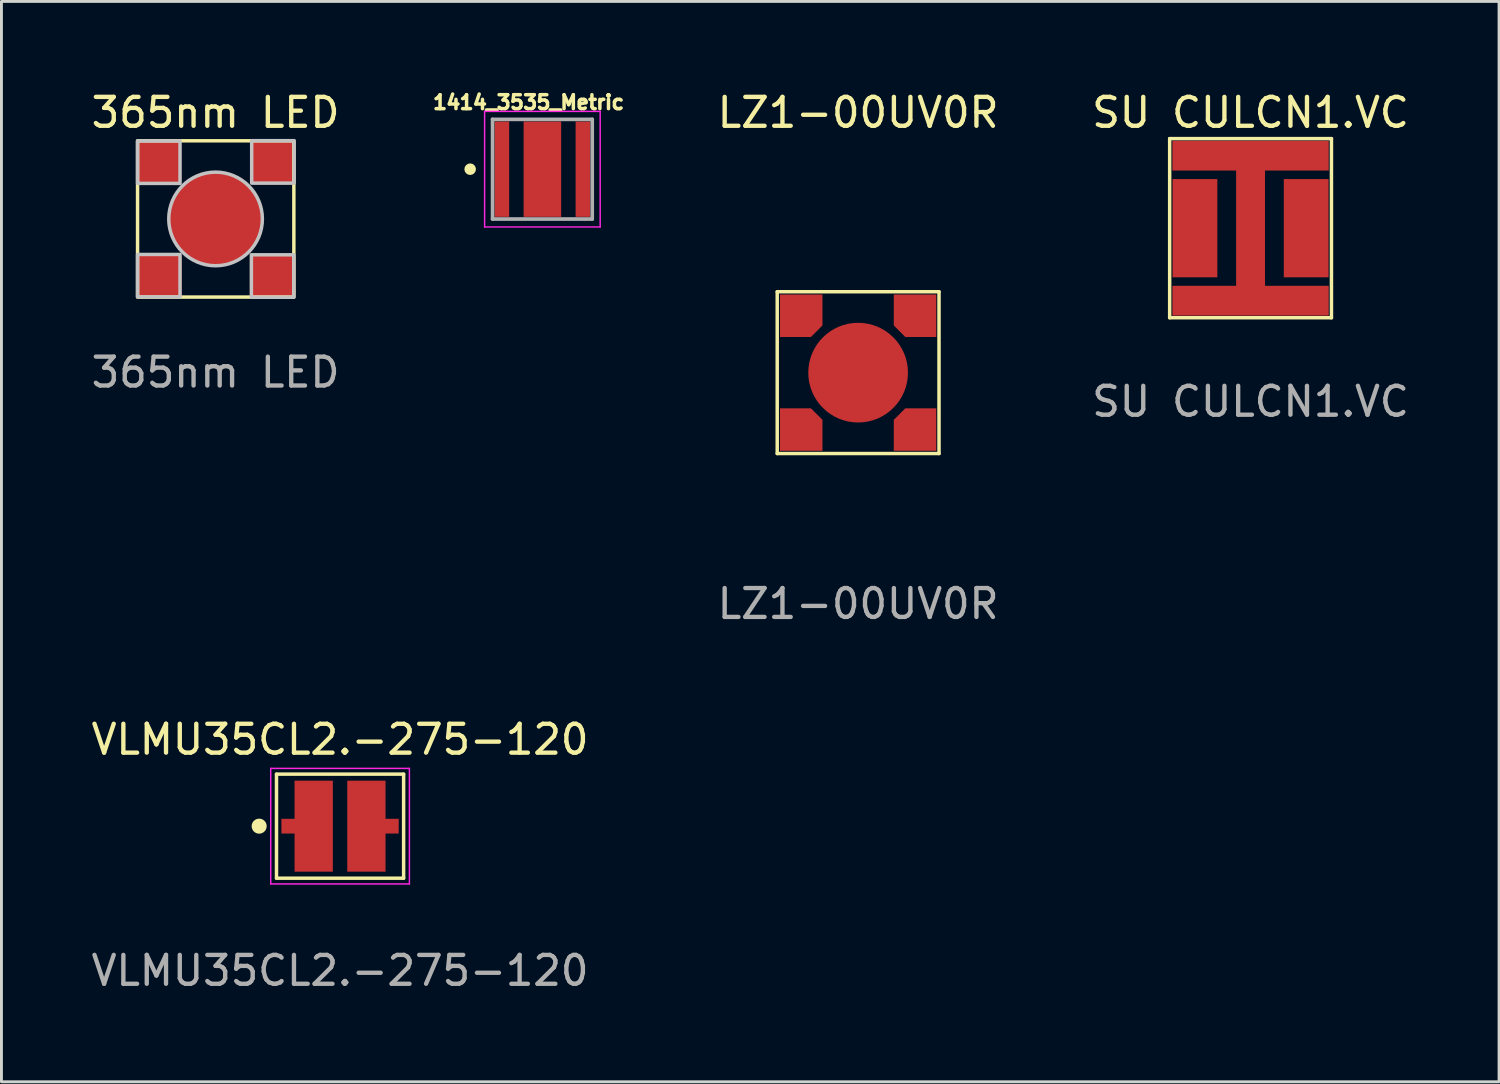
<source format=kicad_pcb>
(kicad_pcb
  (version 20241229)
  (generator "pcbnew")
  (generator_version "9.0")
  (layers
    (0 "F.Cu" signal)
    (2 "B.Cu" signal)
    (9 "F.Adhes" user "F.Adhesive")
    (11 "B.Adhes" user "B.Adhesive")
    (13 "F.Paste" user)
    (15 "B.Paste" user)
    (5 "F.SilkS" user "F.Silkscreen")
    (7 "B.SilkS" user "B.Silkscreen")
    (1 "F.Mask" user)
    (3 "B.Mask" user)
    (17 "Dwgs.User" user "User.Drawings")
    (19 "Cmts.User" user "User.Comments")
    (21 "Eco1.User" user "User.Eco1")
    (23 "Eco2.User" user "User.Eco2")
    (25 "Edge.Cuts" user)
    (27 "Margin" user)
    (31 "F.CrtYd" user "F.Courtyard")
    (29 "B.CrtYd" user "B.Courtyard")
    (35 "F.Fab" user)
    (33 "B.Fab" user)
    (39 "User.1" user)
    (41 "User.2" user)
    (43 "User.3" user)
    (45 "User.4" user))
  (footprint "LZ1-00UV0R"
    (layer "F.Cu")
    (at 26.651 9.848)
    (property "Reference" "LZ1-00UV0R" (at 0 -9 0) (unlocked yes) (layer "F.SilkS") (effects (font (size 1 1) (thickness 0.15))))
    (attr smd)
    (fp_line (start -2.8 -2.8) (end -2.8 2.8) (stroke (width 0.12) (type solid)) (layer "F.SilkS"))
    (fp_line (start -2.8 2.8) (end 2.8 2.8) (stroke (width 0.12) (type solid)) (layer "F.SilkS"))
    (fp_line (start 2.8 -2.8) (end -2.8 -2.8) (stroke (width 0.12) (type solid)) (layer "F.SilkS"))
    (fp_line (start 2.8 2.8) (end 2.8 -2.8) (stroke (width 0.12) (type solid)) (layer "F.SilkS"))
    (fp_text user "${REFERENCE}" (at 0 8 0) (unlocked yes) (layer "F.Fab") (effects (font (size 1 1) (thickness 0.15))))
    (pad "1" smd roundrect (at -1.969 -1.969 90) (size 1.47 1.47) (layers "F.Cu" "F.Mask" "F.Paste") (roundrect_rratio 0) (chamfer_ratio 0.272) (chamfer bottom_left))
    (pad "1" smd roundrect (at -1.969 1.969 90) (size 1.47 1.47) (layers "F.Cu" "F.Mask" "F.Paste") (roundrect_rratio 0) (chamfer_ratio 0.272) (chamfer bottom_right))
    (pad "2" smd roundrect (at 1.969 -1.969 90) (size 1.47 1.47) (layers "F.Cu" "F.Mask" "F.Paste") (roundrect_rratio 0) (chamfer_ratio 0.272) (chamfer top_left))
    (pad "2" smd roundrect (at 1.969 1.969 90) (size 1.47 1.47) (layers "F.Cu" "F.Mask" "F.Paste") (roundrect_rratio 0) (chamfer_ratio 0.272) (chamfer top_right))
    (pad "3" smd circle (at 0 0 90) (size 3.45 3.45) (layers "F.Cu" "F.Mask" "F.Paste")))
  (footprint "VLMU35CL2.-275-120"
    (layer "F.Cu")
    (at 8.72 25.545)
    (property "Reference" "VLMU35CL2.-275-120" (at 0 -3 0) (unlocked yes) (layer "F.SilkS") (effects (font (size 1 1) (thickness 0.15))))
    (attr smd)
    (fp_line (start -2.2 -1.8) (end -2.2 1.8) (stroke (width 0.12) (type solid)) (layer "F.SilkS"))
    (fp_line (start -2.2 -1.8) (end 2.2 -1.8) (stroke (width 0.12) (type solid)) (layer "F.SilkS"))
    (fp_line (start 2.2 -1.8) (end 2.2 1.8) (stroke (width 0.12) (type solid)) (layer "F.SilkS"))
    (fp_line (start 2.2 1.8) (end -2.2 1.8) (stroke (width 0.12) (type solid)) (layer "F.SilkS"))
    (fp_circle (center -2.8 0) (end -2.6 0) (stroke (width 0.12) (type solid)) (fill yes) (layer "F.SilkS"))
    (fp_line (start -2.4 -2) (end -2.4 2) (stroke (width 0.05) (type solid)) (layer "F.CrtYd"))
    (fp_line (start -2.4 -2) (end 2.4 -2) (stroke (width 0.05) (type solid)) (layer "F.CrtYd"))
    (fp_line (start 2.4 -2) (end 2.4 2) (stroke (width 0.05) (type solid)) (layer "F.CrtYd"))
    (fp_line (start 2.4 2) (end -2.4 2) (stroke (width 0.05) (type solid)) (layer "F.CrtYd"))
    (fp_text user "${REFERENCE}" (at 0 5 0) (unlocked yes) (layer "F.Fab") (effects (font (size 1 1) (thickness 0.15))))
    (pad "1" smd custom (at -0.912 0) (size 1.325 3.15) (layers "F.Cu" "F.Mask" "F.Paste") (options (anchor rect)) (primitives (gr_rect (start -1.113 -0.25) (end -0.662 0.25) (width 0.01) (fill yes))))
    (pad "2" smd custom (at 0.912 0) (size 1.325 3.15) (layers "F.Cu" "F.Mask" "F.Paste") (options (anchor rect)) (primitives (gr_rect (start 0.662 -0.25) (end 1.113 0.25) (width 0.01) (fill yes)))))
  (footprint "1414_3535_Metric"
    (layer "F.Cu")
    (at 15.723 2.806)
    (property "Reference" "1414_3535_Metric" (at -0.478 -2.313 0) (layer "F.SilkS") (effects (font (size 0.482 0.482) (thickness 0.15))))
    (attr smd)
    (fp_circle (center -2.5 0) (end -2.4 0) (stroke (width 0.2) (type solid)) (fill no) (layer "F.SilkS"))
    (fp_poly (pts (xy -0.506 -1.375) (xy 0.505 -1.375) (xy 0.505 -0.627) (xy -0.506 -0.627)) (stroke (width 0.01) (type solid)) (fill yes) (layer "F.Paste"))
    (fp_poly (pts (xy -0.506 0.625) (xy 0.505 0.625) (xy 0.505 1.377) (xy -0.506 1.377)) (stroke (width 0.01) (type solid)) (fill yes) (layer "F.Paste"))
    (fp_poly (pts (xy -0.505 -0.375) (xy 0.505 -0.375) (xy 0.505 0.375) (xy -0.505 0.375)) (stroke (width 0.01) (type solid)) (fill yes) (layer "F.Paste"))
    (fp_line (start -2 -2) (end 2 -2) (stroke (width 0.05) (type solid)) (layer "F.CrtYd"))
    (fp_line (start -2 2) (end -2 -2) (stroke (width 0.05) (type solid)) (layer "F.CrtYd"))
    (fp_line (start 2 -2) (end 2 2) (stroke (width 0.05) (type solid)) (layer "F.CrtYd"))
    (fp_line (start 2 2) (end -2 2) (stroke (width 0.05) (type solid)) (layer "F.CrtYd"))
    (fp_line (start -1.725 -1.725) (end 1.725 -1.725) (stroke (width 0.127) (type solid)) (layer "F.Fab"))
    (fp_line (start -1.725 1.725) (end -1.725 -1.725) (stroke (width 0.127) (type solid)) (layer "F.Fab"))
    (fp_line (start 1.725 -1.725) (end 1.725 1.725) (stroke (width 0.127) (type solid)) (layer "F.Fab"))
    (fp_line (start 1.725 1.725) (end -1.725 1.725) (stroke (width 0.127) (type solid)) (layer "F.Fab"))
    (pad "1" smd rect (at -1.4 0 90) (size 3.3 0.5) (layers "F.Cu" "F.Mask" "F.Paste"))
    (pad "2" smd rect (at 1.4 0 90) (size 3.3 0.5) (layers "F.Cu" "F.Mask" "F.Paste"))
    (pad "3" smd rect (at 0 0 90) (size 3.3 1.3) (layers "F.Cu" "F.Mask")))
  (footprint "SU CULCN1.VC"
    (layer "F.Cu")
    (at 40.234 4.848)
    (property "Reference" "SU CULCN1.VC" (at 0 -4 0) (unlocked yes) (layer "F.SilkS") (effects (font (size 1 1) (thickness 0.15))))
    (attr smd)
    (fp_line (start -2.8 -3.1) (end 2.8 -3.1) (stroke (width 0.12) (type solid)) (layer "F.SilkS"))
    (fp_line (start -2.8 3.1) (end -2.8 -3.1) (stroke (width 0.12) (type solid)) (layer "F.SilkS"))
    (fp_line (start 2.8 -3.1) (end 2.8 3.1) (stroke (width 0.12) (type solid)) (layer "F.SilkS"))
    (fp_line (start 2.8 3.1) (end -2.8 3.1) (stroke (width 0.12) (type solid)) (layer "F.SilkS"))
    (fp_text user "${REFERENCE}" (at 0 6 0) (unlocked yes) (layer "F.Fab") (effects (font (size 1 1) (thickness 0.15))))
    (pad "1" smd rect (at -1.925 0) (size 1.55 3.4) (layers "F.Cu" "F.Mask" "F.Paste"))
    (pad "2" smd rect (at 1.925 0) (size 1.55 3.4) (layers "F.Cu" "F.Mask" "F.Paste"))
    (pad "3" smd custom (at 0 0) (size 1 4) (layers "F.Cu" "F.Mask" "F.Paste") (options (anchor rect)) (primitives (gr_rect (start -2.7 -3.02) (end 2.7 -2) (width 0.01) (fill yes)) (gr_rect (start -2.7 2) (end 2.7 3.02) (width 0.01) (fill yes)))))
  (footprint "365nm LED"
    (layer "F.Cu")
    (at 4.411 4.528)
    (property "Reference" "365nm LED" (at 0 -3.68 0) (unlocked yes) (layer "F.SilkS") (effects (font (size 1 1) (thickness 0.15))))
    (attr smd)
    (fp_rect (start -2.7 -2.705) (end 2.71 2.705) (stroke (width 0.12) (type solid)) (fill no) (layer "F.SilkS"))
    (fp_rect (start -1.23 -2.7) (end -2.7 -1.23) (stroke (width 0.12) (type solid)) (fill no) (layer "Dwgs.User"))
    (fp_rect (start -1.23 1.23) (end -2.7 2.7) (stroke (width 0.12) (type solid)) (fill no) (layer "Dwgs.User"))
    (fp_rect (start 2.71 1.24) (end 1.24 2.71) (stroke (width 0.12) (type solid)) (fill no) (layer "Dwgs.User"))
    (fp_rect (start 2.72 -2.71) (end 1.25 -1.24) (stroke (width 0.12) (type solid)) (fill no) (layer "Dwgs.User"))
    (fp_circle (center 0 0) (end 0.01 -1.62) (stroke (width 0.12) (type solid)) (fill no) (layer "Dwgs.User"))
    (fp_text user "${REFERENCE}" (at 0 5.31 0) (unlocked yes) (layer "F.Fab") (effects (font (size 1 1) (thickness 0.15))))
    (pad "1" smd roundrect (at -1.965 -1.965) (size 1.55 1.57) (layers "F.Cu" "F.Mask" "F.Paste") (roundrect_rratio 0.1))
    (pad "2" smd roundrect (at 1.984 -1.979) (size 1.553 1.562) (layers "F.Cu" "F.Mask" "F.Paste") (roundrect_rratio 0.1))
    (pad "3" smd roundrect (at 1.974 1.989) (size 1.573 1.562) (layers "F.Cu" "F.Mask" "F.Paste") (roundrect_rratio 0.1))
    (pad "4" smd roundrect (at -1.964 1.969) (size 1.573 1.562) (layers "F.Cu" "F.Mask" "F.Paste") (roundrect_rratio 0.1))
    (pad "5" smd roundrect (at 0.005 0.005) (size 3.23 3.21) (layers "F.Cu" "F.Mask" "F.Paste") (roundrect_rratio 0.5)))
  (gr_rect
    (start -3 -3)
    (end 48.835 34.393)
    (stroke (width 0.1) (type default))
    (fill no)
    (layer "Edge.Cuts")))
</source>
